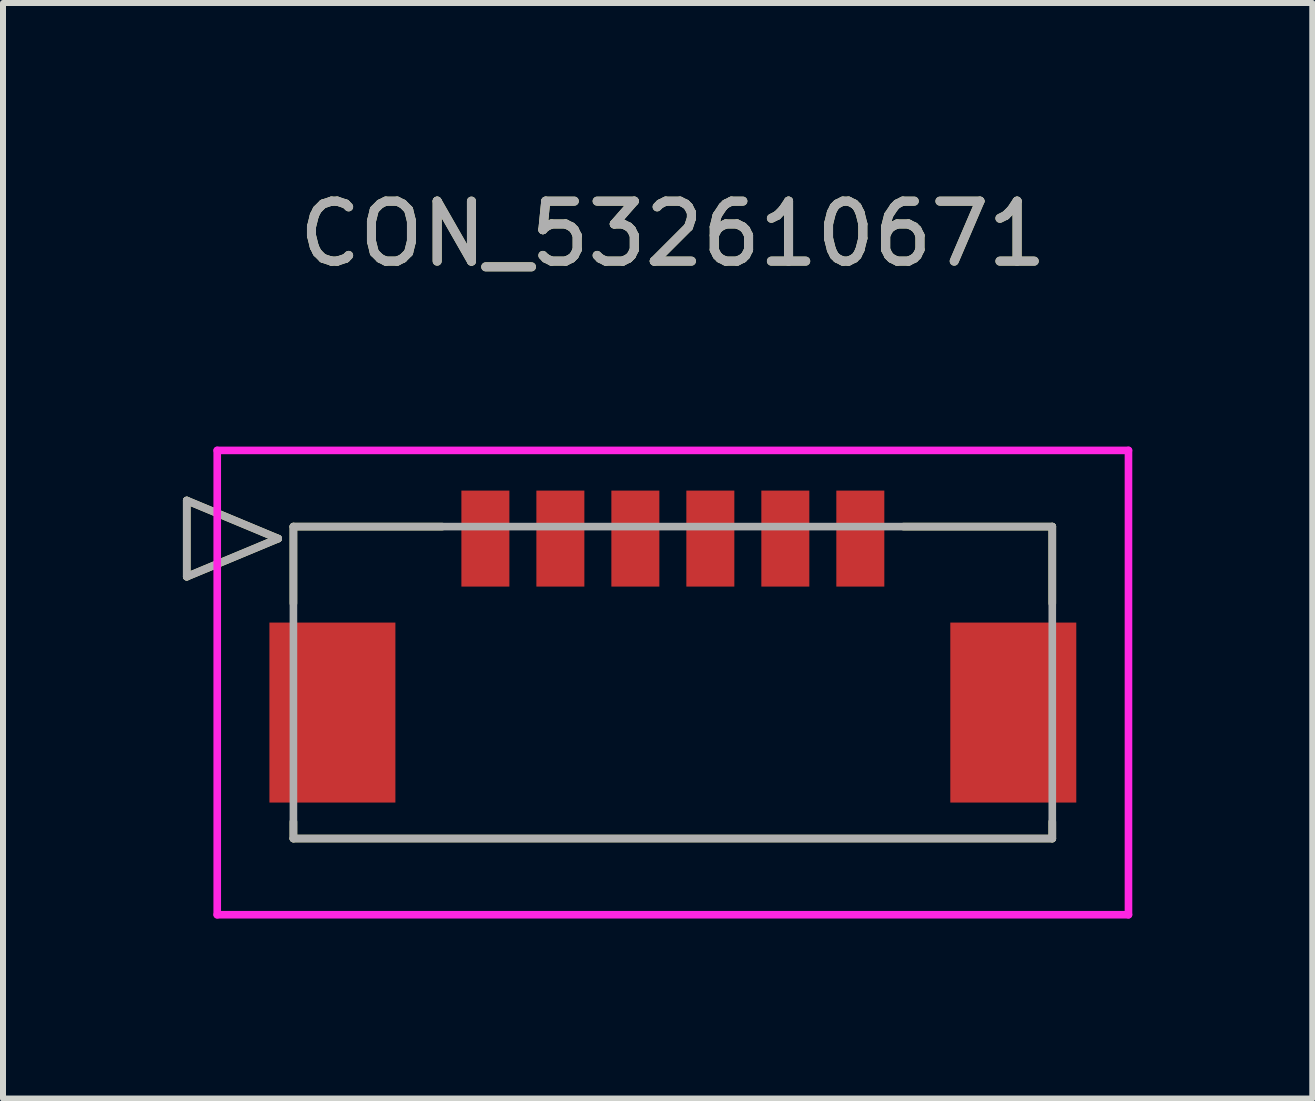
<source format=kicad_pcb>
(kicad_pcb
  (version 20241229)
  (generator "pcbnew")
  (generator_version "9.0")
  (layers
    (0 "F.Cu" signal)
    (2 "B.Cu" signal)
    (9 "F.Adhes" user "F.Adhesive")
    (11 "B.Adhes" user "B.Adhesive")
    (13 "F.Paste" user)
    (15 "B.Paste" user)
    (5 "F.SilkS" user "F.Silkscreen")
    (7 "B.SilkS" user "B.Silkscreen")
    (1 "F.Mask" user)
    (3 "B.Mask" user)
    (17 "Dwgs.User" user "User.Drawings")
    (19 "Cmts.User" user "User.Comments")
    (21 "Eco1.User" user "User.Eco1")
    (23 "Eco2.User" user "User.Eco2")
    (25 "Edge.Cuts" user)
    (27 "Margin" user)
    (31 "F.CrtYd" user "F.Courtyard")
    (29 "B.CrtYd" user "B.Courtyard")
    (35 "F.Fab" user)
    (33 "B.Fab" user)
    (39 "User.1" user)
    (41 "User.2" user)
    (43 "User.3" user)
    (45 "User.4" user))
  (footprint "CON_532610671"
    (layer "F.Cu")
    (at 5.041 5.928)
    (property "Reference" "CON_532610671" (at 3.125 -5.08 0) (unlocked yes) (layer "F.SilkS") (effects (font (size 1 1) (thickness 0.15))))
    (attr smd)
    (fp_line (start -4.978 -0.635) (end -4.978 0.635) (stroke (width 0.127) (type solid)) (layer "F.SilkS"))
    (fp_line (start -4.978 0.635) (end -3.454 0) (stroke (width 0.127) (type solid)) (layer "F.SilkS"))
    (fp_line (start -3.454 0) (end -4.978 -0.635) (stroke (width 0.127) (type solid)) (layer "F.SilkS"))
    (fp_line (start -3.2 -0.2) (end -3.2 1.08) (stroke (width 0.127) (type solid)) (layer "F.SilkS"))
    (fp_line (start -3.2 4.72) (end -3.2 5) (stroke (width 0.127) (type solid)) (layer "F.SilkS"))
    (fp_line (start -3.2 5) (end 9.45 5) (stroke (width 0.127) (type solid)) (layer "F.SilkS"))
    (fp_line (start -0.72 -0.2) (end -3.2 -0.2) (stroke (width 0.127) (type solid)) (layer "F.SilkS"))
    (fp_line (start 9.45 -0.2) (end 6.97 -0.2) (stroke (width 0.127) (type solid)) (layer "F.SilkS"))
    (fp_line (start 9.45 1.08) (end 9.45 -0.2) (stroke (width 0.127) (type solid)) (layer "F.SilkS"))
    (fp_line (start 9.45 5) (end 9.45 4.72) (stroke (width 0.127) (type solid)) (layer "F.SilkS"))
    (fp_line (start -4.47 -1.47) (end -4.47 6.27) (stroke (width 0.127) (type solid)) (layer "F.CrtYd"))
    (fp_line (start -4.47 6.27) (end 10.72 6.27) (stroke (width 0.127) (type solid)) (layer "F.CrtYd"))
    (fp_line (start 10.72 -1.47) (end -4.47 -1.47) (stroke (width 0.127) (type solid)) (layer "F.CrtYd"))
    (fp_line (start 10.72 6.27) (end 10.72 -1.47) (stroke (width 0.127) (type solid)) (layer "F.CrtYd"))
    (fp_line (start -4.978 -0.635) (end -4.978 0.635) (stroke (width 0.127) (type solid)) (layer "F.Fab"))
    (fp_line (start -4.978 0.635) (end -3.454 0) (stroke (width 0.127) (type solid)) (layer "F.Fab"))
    (fp_line (start -3.454 0) (end -4.978 -0.635) (stroke (width 0.127) (type solid)) (layer "F.Fab"))
    (fp_line (start -3.2 -0.2) (end -3.2 5) (stroke (width 0.127) (type solid)) (layer "F.Fab"))
    (fp_line (start -3.2 5) (end 9.45 5) (stroke (width 0.127) (type solid)) (layer "F.Fab"))
    (fp_line (start 9.45 -0.2) (end -3.2 -0.2) (stroke (width 0.127) (type solid)) (layer "F.Fab"))
    (fp_line (start 9.45 5) (end 9.45 -0.2) (stroke (width 0.127) (type solid)) (layer "F.Fab"))
    (fp_text user "${REFERENCE}" (at 3.125 -5.08 0) (unlocked yes) (layer "F.Fab") (effects (font (size 1 1) (thickness 0.15))))
    (pad "1" smd rect (at 0 0) (size 0.8 1.6) (layers "F.Cu" "F.Mask" "F.Paste"))
    (pad "2" smd rect (at 1.25 0) (size 0.8 1.6) (layers "F.Cu" "F.Mask" "F.Paste"))
    (pad "3" smd rect (at 2.5 0) (size 0.8 1.6) (layers "F.Cu" "F.Mask" "F.Paste"))
    (pad "4" smd rect (at 3.75 0) (size 0.8 1.6) (layers "F.Cu" "F.Mask" "F.Paste"))
    (pad "5" smd rect (at 5 0) (size 0.8 1.6) (layers "F.Cu" "F.Mask" "F.Paste"))
    (pad "6" smd rect (at 6.25 0) (size 0.8 1.6) (layers "F.Cu" "F.Mask" "F.Paste"))
    (pad "7" smd rect (at -2.55 2.9) (size 2.1 3) (layers "F.Cu" "F.Mask" "F.Paste"))
    (pad "8" smd rect (at 8.8 2.9) (size 2.1 3) (layers "F.Cu" "F.Mask" "F.Paste")))
  (gr_rect
    (start -3 -3)
    (end 18.825 15.262)
    (stroke (width 0.1) (type default))
    (fill no)
    (layer "Edge.Cuts")))
</source>
